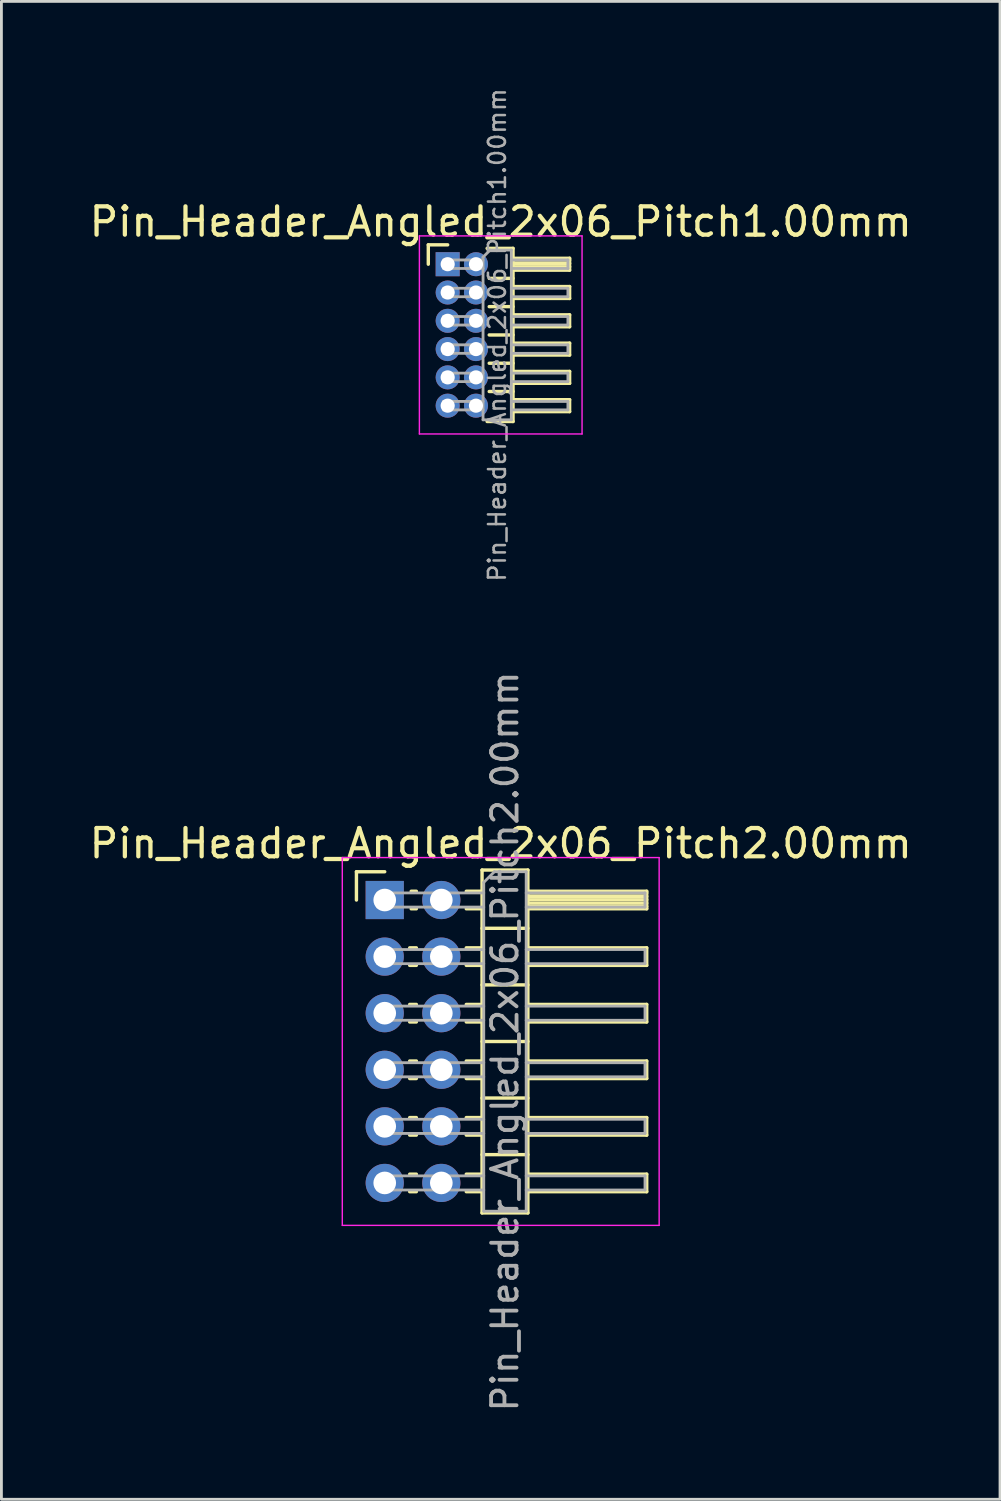
<source format=kicad_pcb>
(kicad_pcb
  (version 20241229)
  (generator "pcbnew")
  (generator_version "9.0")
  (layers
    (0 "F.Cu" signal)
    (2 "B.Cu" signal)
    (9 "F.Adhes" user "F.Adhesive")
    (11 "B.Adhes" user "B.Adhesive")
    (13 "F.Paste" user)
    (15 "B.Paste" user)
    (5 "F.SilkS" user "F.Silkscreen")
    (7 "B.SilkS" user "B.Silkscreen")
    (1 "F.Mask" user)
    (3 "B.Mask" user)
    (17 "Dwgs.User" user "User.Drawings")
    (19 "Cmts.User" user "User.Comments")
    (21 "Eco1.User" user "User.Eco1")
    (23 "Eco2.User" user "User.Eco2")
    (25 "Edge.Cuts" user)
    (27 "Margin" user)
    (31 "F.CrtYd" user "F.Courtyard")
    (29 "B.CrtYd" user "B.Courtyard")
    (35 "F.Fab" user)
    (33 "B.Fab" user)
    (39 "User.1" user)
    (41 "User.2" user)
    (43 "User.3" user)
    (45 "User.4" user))
  (footprint "Pin_Header_Angled_2x06_Pitch2.00mm"
    (layer "F.Cu")
    (at 10.549 28.763)
    (property "Reference" "Pin_Header_Angled_2x06_Pitch2.00mm" (at 4.1 -2 0) (layer "F.SilkS") (effects (font (size 1 1) (thickness 0.15))))
    (attr through_hole)
    (fp_line (start -1 -1) (end 0 -1) (stroke (width 0.12) (type solid)) (layer "F.SilkS"))
    (fp_line (start -1 0) (end -1 -1) (stroke (width 0.12) (type solid)) (layer "F.SilkS"))
    (fp_line (start 0.882 1.69) (end 1.118 1.69) (stroke (width 0.12) (type solid)) (layer "F.SilkS"))
    (fp_line (start 0.882 2.31) (end 1.118 2.31) (stroke (width 0.12) (type solid)) (layer "F.SilkS"))
    (fp_line (start 0.882 3.69) (end 1.118 3.69) (stroke (width 0.12) (type solid)) (layer "F.SilkS"))
    (fp_line (start 0.882 4.31) (end 1.118 4.31) (stroke (width 0.12) (type solid)) (layer "F.SilkS"))
    (fp_line (start 0.882 5.69) (end 1.118 5.69) (stroke (width 0.12) (type solid)) (layer "F.SilkS"))
    (fp_line (start 0.882 6.31) (end 1.118 6.31) (stroke (width 0.12) (type solid)) (layer "F.SilkS"))
    (fp_line (start 0.882 7.69) (end 1.118 7.69) (stroke (width 0.12) (type solid)) (layer "F.SilkS"))
    (fp_line (start 0.882 8.31) (end 1.118 8.31) (stroke (width 0.12) (type solid)) (layer "F.SilkS"))
    (fp_line (start 0.882 9.69) (end 1.118 9.69) (stroke (width 0.12) (type solid)) (layer "F.SilkS"))
    (fp_line (start 0.882 10.31) (end 1.118 10.31) (stroke (width 0.12) (type solid)) (layer "F.SilkS"))
    (fp_line (start 0.935 -0.31) (end 1.118 -0.31) (stroke (width 0.12) (type solid)) (layer "F.SilkS"))
    (fp_line (start 0.935 0.31) (end 1.118 0.31) (stroke (width 0.12) (type solid)) (layer "F.SilkS"))
    (fp_line (start 2.882 -0.31) (end 3.44 -0.31) (stroke (width 0.12) (type solid)) (layer "F.SilkS"))
    (fp_line (start 2.882 0.31) (end 3.44 0.31) (stroke (width 0.12) (type solid)) (layer "F.SilkS"))
    (fp_line (start 2.882 1.69) (end 3.44 1.69) (stroke (width 0.12) (type solid)) (layer "F.SilkS"))
    (fp_line (start 2.882 2.31) (end 3.44 2.31) (stroke (width 0.12) (type solid)) (layer "F.SilkS"))
    (fp_line (start 2.882 3.69) (end 3.44 3.69) (stroke (width 0.12) (type solid)) (layer "F.SilkS"))
    (fp_line (start 2.882 4.31) (end 3.44 4.31) (stroke (width 0.12) (type solid)) (layer "F.SilkS"))
    (fp_line (start 2.882 5.69) (end 3.44 5.69) (stroke (width 0.12) (type solid)) (layer "F.SilkS"))
    (fp_line (start 2.882 6.31) (end 3.44 6.31) (stroke (width 0.12) (type solid)) (layer "F.SilkS"))
    (fp_line (start 2.882 7.69) (end 3.44 7.69) (stroke (width 0.12) (type solid)) (layer "F.SilkS"))
    (fp_line (start 2.882 8.31) (end 3.44 8.31) (stroke (width 0.12) (type solid)) (layer "F.SilkS"))
    (fp_line (start 2.882 9.69) (end 3.44 9.69) (stroke (width 0.12) (type solid)) (layer "F.SilkS"))
    (fp_line (start 2.882 10.31) (end 3.44 10.31) (stroke (width 0.12) (type solid)) (layer "F.SilkS"))
    (fp_line (start 3.44 -1.06) (end 3.44 11.06) (stroke (width 0.12) (type solid)) (layer "F.SilkS"))
    (fp_line (start 3.44 1) (end 5.06 1) (stroke (width 0.12) (type solid)) (layer "F.SilkS"))
    (fp_line (start 3.44 3) (end 5.06 3) (stroke (width 0.12) (type solid)) (layer "F.SilkS"))
    (fp_line (start 3.44 5) (end 5.06 5) (stroke (width 0.12) (type solid)) (layer "F.SilkS"))
    (fp_line (start 3.44 7) (end 5.06 7) (stroke (width 0.12) (type solid)) (layer "F.SilkS"))
    (fp_line (start 3.44 9) (end 5.06 9) (stroke (width 0.12) (type solid)) (layer "F.SilkS"))
    (fp_line (start 3.44 11.06) (end 5.06 11.06) (stroke (width 0.12) (type solid)) (layer "F.SilkS"))
    (fp_line (start 5.06 -1.06) (end 3.44 -1.06) (stroke (width 0.12) (type solid)) (layer "F.SilkS"))
    (fp_line (start 5.06 -0.31) (end 9.26 -0.31) (stroke (width 0.12) (type solid)) (layer "F.SilkS"))
    (fp_line (start 5.06 -0.25) (end 9.26 -0.25) (stroke (width 0.12) (type solid)) (layer "F.SilkS"))
    (fp_line (start 5.06 -0.13) (end 9.26 -0.13) (stroke (width 0.12) (type solid)) (layer "F.SilkS"))
    (fp_line (start 5.06 -0.01) (end 9.26 -0.01) (stroke (width 0.12) (type solid)) (layer "F.SilkS"))
    (fp_line (start 5.06 0.11) (end 9.26 0.11) (stroke (width 0.12) (type solid)) (layer "F.SilkS"))
    (fp_line (start 5.06 0.23) (end 9.26 0.23) (stroke (width 0.12) (type solid)) (layer "F.SilkS"))
    (fp_line (start 5.06 1.69) (end 9.26 1.69) (stroke (width 0.12) (type solid)) (layer "F.SilkS"))
    (fp_line (start 5.06 3.69) (end 9.26 3.69) (stroke (width 0.12) (type solid)) (layer "F.SilkS"))
    (fp_line (start 5.06 5.69) (end 9.26 5.69) (stroke (width 0.12) (type solid)) (layer "F.SilkS"))
    (fp_line (start 5.06 7.69) (end 9.26 7.69) (stroke (width 0.12) (type solid)) (layer "F.SilkS"))
    (fp_line (start 5.06 9.69) (end 9.26 9.69) (stroke (width 0.12) (type solid)) (layer "F.SilkS"))
    (fp_line (start 5.06 11.06) (end 5.06 -1.06) (stroke (width 0.12) (type solid)) (layer "F.SilkS"))
    (fp_line (start 9.26 -0.31) (end 9.26 0.31) (stroke (width 0.12) (type solid)) (layer "F.SilkS"))
    (fp_line (start 9.26 0.31) (end 5.06 0.31) (stroke (width 0.12) (type solid)) (layer "F.SilkS"))
    (fp_line (start 9.26 1.69) (end 9.26 2.31) (stroke (width 0.12) (type solid)) (layer "F.SilkS"))
    (fp_line (start 9.26 2.31) (end 5.06 2.31) (stroke (width 0.12) (type solid)) (layer "F.SilkS"))
    (fp_line (start 9.26 3.69) (end 9.26 4.31) (stroke (width 0.12) (type solid)) (layer "F.SilkS"))
    (fp_line (start 9.26 4.31) (end 5.06 4.31) (stroke (width 0.12) (type solid)) (layer "F.SilkS"))
    (fp_line (start 9.26 5.69) (end 9.26 6.31) (stroke (width 0.12) (type solid)) (layer "F.SilkS"))
    (fp_line (start 9.26 6.31) (end 5.06 6.31) (stroke (width 0.12) (type solid)) (layer "F.SilkS"))
    (fp_line (start 9.26 7.69) (end 9.26 8.31) (stroke (width 0.12) (type solid)) (layer "F.SilkS"))
    (fp_line (start 9.26 8.31) (end 5.06 8.31) (stroke (width 0.12) (type solid)) (layer "F.SilkS"))
    (fp_line (start 9.26 9.69) (end 9.26 10.31) (stroke (width 0.12) (type solid)) (layer "F.SilkS"))
    (fp_line (start 9.26 10.31) (end 5.06 10.31) (stroke (width 0.12) (type solid)) (layer "F.SilkS"))
    (fp_line (start -1.5 -1.5) (end -1.5 11.5) (stroke (width 0.05) (type solid)) (layer "F.CrtYd"))
    (fp_line (start -1.5 11.5) (end 9.7 11.5) (stroke (width 0.05) (type solid)) (layer "F.CrtYd"))
    (fp_line (start 9.7 -1.5) (end -1.5 -1.5) (stroke (width 0.05) (type solid)) (layer "F.CrtYd"))
    (fp_line (start 9.7 11.5) (end 9.7 -1.5) (stroke (width 0.05) (type solid)) (layer "F.CrtYd"))
    (fp_line (start -0.25 -0.25) (end -0.25 0.25) (stroke (width 0.1) (type solid)) (layer "F.Fab"))
    (fp_line (start -0.25 -0.25) (end 3.5 -0.25) (stroke (width 0.1) (type solid)) (layer "F.Fab"))
    (fp_line (start -0.25 0.25) (end 3.5 0.25) (stroke (width 0.1) (type solid)) (layer "F.Fab"))
    (fp_line (start -0.25 1.75) (end -0.25 2.25) (stroke (width 0.1) (type solid)) (layer "F.Fab"))
    (fp_line (start -0.25 1.75) (end 3.5 1.75) (stroke (width 0.1) (type solid)) (layer "F.Fab"))
    (fp_line (start -0.25 2.25) (end 3.5 2.25) (stroke (width 0.1) (type solid)) (layer "F.Fab"))
    (fp_line (start -0.25 3.75) (end -0.25 4.25) (stroke (width 0.1) (type solid)) (layer "F.Fab"))
    (fp_line (start -0.25 3.75) (end 3.5 3.75) (stroke (width 0.1) (type solid)) (layer "F.Fab"))
    (fp_line (start -0.25 4.25) (end 3.5 4.25) (stroke (width 0.1) (type solid)) (layer "F.Fab"))
    (fp_line (start -0.25 5.75) (end -0.25 6.25) (stroke (width 0.1) (type solid)) (layer "F.Fab"))
    (fp_line (start -0.25 5.75) (end 3.5 5.75) (stroke (width 0.1) (type solid)) (layer "F.Fab"))
    (fp_line (start -0.25 6.25) (end 3.5 6.25) (stroke (width 0.1) (type solid)) (layer "F.Fab"))
    (fp_line (start -0.25 7.75) (end -0.25 8.25) (stroke (width 0.1) (type solid)) (layer "F.Fab"))
    (fp_line (start -0.25 7.75) (end 3.5 7.75) (stroke (width 0.1) (type solid)) (layer "F.Fab"))
    (fp_line (start -0.25 8.25) (end 3.5 8.25) (stroke (width 0.1) (type solid)) (layer "F.Fab"))
    (fp_line (start -0.25 9.75) (end -0.25 10.25) (stroke (width 0.1) (type solid)) (layer "F.Fab"))
    (fp_line (start -0.25 9.75) (end 3.5 9.75) (stroke (width 0.1) (type solid)) (layer "F.Fab"))
    (fp_line (start -0.25 10.25) (end 3.5 10.25) (stroke (width 0.1) (type solid)) (layer "F.Fab"))
    (fp_line (start 3.5 -0.625) (end 3.875 -1) (stroke (width 0.1) (type solid)) (layer "F.Fab"))
    (fp_line (start 3.5 11) (end 3.5 -0.625) (stroke (width 0.1) (type solid)) (layer "F.Fab"))
    (fp_line (start 3.875 -1) (end 5 -1) (stroke (width 0.1) (type solid)) (layer "F.Fab"))
    (fp_line (start 5 -1) (end 5 11) (stroke (width 0.1) (type solid)) (layer "F.Fab"))
    (fp_line (start 5 -0.25) (end 9.2 -0.25) (stroke (width 0.1) (type solid)) (layer "F.Fab"))
    (fp_line (start 5 0.25) (end 9.2 0.25) (stroke (width 0.1) (type solid)) (layer "F.Fab"))
    (fp_line (start 5 1.75) (end 9.2 1.75) (stroke (width 0.1) (type solid)) (layer "F.Fab"))
    (fp_line (start 5 2.25) (end 9.2 2.25) (stroke (width 0.1) (type solid)) (layer "F.Fab"))
    (fp_line (start 5 3.75) (end 9.2 3.75) (stroke (width 0.1) (type solid)) (layer "F.Fab"))
    (fp_line (start 5 4.25) (end 9.2 4.25) (stroke (width 0.1) (type solid)) (layer "F.Fab"))
    (fp_line (start 5 5.75) (end 9.2 5.75) (stroke (width 0.1) (type solid)) (layer "F.Fab"))
    (fp_line (start 5 6.25) (end 9.2 6.25) (stroke (width 0.1) (type solid)) (layer "F.Fab"))
    (fp_line (start 5 7.75) (end 9.2 7.75) (stroke (width 0.1) (type solid)) (layer "F.Fab"))
    (fp_line (start 5 8.25) (end 9.2 8.25) (stroke (width 0.1) (type solid)) (layer "F.Fab"))
    (fp_line (start 5 9.75) (end 9.2 9.75) (stroke (width 0.1) (type solid)) (layer "F.Fab"))
    (fp_line (start 5 10.25) (end 9.2 10.25) (stroke (width 0.1) (type solid)) (layer "F.Fab"))
    (fp_line (start 5 11) (end 3.5 11) (stroke (width 0.1) (type solid)) (layer "F.Fab"))
    (fp_line (start 9.2 -0.25) (end 9.2 0.25) (stroke (width 0.1) (type solid)) (layer "F.Fab"))
    (fp_line (start 9.2 1.75) (end 9.2 2.25) (stroke (width 0.1) (type solid)) (layer "F.Fab"))
    (fp_line (start 9.2 3.75) (end 9.2 4.25) (stroke (width 0.1) (type solid)) (layer "F.Fab"))
    (fp_line (start 9.2 5.75) (end 9.2 6.25) (stroke (width 0.1) (type solid)) (layer "F.Fab"))
    (fp_line (start 9.2 7.75) (end 9.2 8.25) (stroke (width 0.1) (type solid)) (layer "F.Fab"))
    (fp_line (start 9.2 9.75) (end 9.2 10.25) (stroke (width 0.1) (type solid)) (layer "F.Fab"))
    (fp_text user "${REFERENCE}" (at 4.25 5 90) (layer "F.Fab") (effects (font (size 0.9 0.9) (thickness 0.135))))
    (pad "1" thru_hole rect (at 0 0) (size 1.35 1.35) (drill 0.8) (layers "*.Cu" "*.Mask"))
    (pad "2" thru_hole oval (at 2 0) (size 1.35 1.35) (drill 0.8) (layers "*.Cu" "*.Mask"))
    (pad "3" thru_hole oval (at 0 2) (size 1.35 1.35) (drill 0.8) (layers "*.Cu" "*.Mask"))
    (pad "4" thru_hole oval (at 2 2) (size 1.35 1.35) (drill 0.8) (layers "*.Cu" "*.Mask"))
    (pad "5" thru_hole oval (at 0 4) (size 1.35 1.35) (drill 0.8) (layers "*.Cu" "*.Mask"))
    (pad "6" thru_hole oval (at 2 4) (size 1.35 1.35) (drill 0.8) (layers "*.Cu" "*.Mask"))
    (pad "7" thru_hole oval (at 0 6) (size 1.35 1.35) (drill 0.8) (layers "*.Cu" "*.Mask"))
    (pad "8" thru_hole oval (at 2 6) (size 1.35 1.35) (drill 0.8) (layers "*.Cu" "*.Mask"))
    (pad "9" thru_hole oval (at 0 8) (size 1.35 1.35) (drill 0.8) (layers "*.Cu" "*.Mask"))
    (pad "10" thru_hole oval (at 2 8) (size 1.35 1.35) (drill 0.8) (layers "*.Cu" "*.Mask"))
    (pad "11" thru_hole oval (at 0 10) (size 1.35 1.35) (drill 0.8) (layers "*.Cu" "*.Mask"))
    (pad "12" thru_hole oval (at 2 10) (size 1.35 1.35) (drill 0.8) (layers "*.Cu" "*.Mask")))
  (footprint "Pin_Header_Angled_2x06_Pitch1.00mm"
    (layer "F.Cu")
    (at 12.774 6.289)
    (property "Reference" "Pin_Header_Angled_2x06_Pitch1.00mm" (at 1.875 -1.5 0) (layer "F.SilkS") (effects (font (size 1 1) (thickness 0.15))))
    (attr through_hole)
    (fp_line (start -0.685 -0.685) (end 0 -0.685) (stroke (width 0.12) (type solid)) (layer "F.SilkS"))
    (fp_line (start -0.685 0) (end -0.685 -0.685) (stroke (width 0.12) (type solid)) (layer "F.SilkS"))
    (fp_line (start 1.394 -0.56) (end 2.31 -0.56) (stroke (width 0.12) (type solid)) (layer "F.SilkS"))
    (fp_line (start 1.468 0.5) (end 2.31 0.5) (stroke (width 0.12) (type solid)) (layer "F.SilkS"))
    (fp_line (start 1.468 1.5) (end 2.31 1.5) (stroke (width 0.12) (type solid)) (layer "F.SilkS"))
    (fp_line (start 1.468 2.5) (end 2.31 2.5) (stroke (width 0.12) (type solid)) (layer "F.SilkS"))
    (fp_line (start 1.468 3.5) (end 2.31 3.5) (stroke (width 0.12) (type solid)) (layer "F.SilkS"))
    (fp_line (start 1.468 4.5) (end 2.31 4.5) (stroke (width 0.12) (type solid)) (layer "F.SilkS"))
    (fp_line (start 2.31 -0.56) (end 2.31 5.56) (stroke (width 0.12) (type solid)) (layer "F.SilkS"))
    (fp_line (start 2.31 -0.21) (end 4.31 -0.21) (stroke (width 0.12) (type solid)) (layer "F.SilkS"))
    (fp_line (start 2.31 -0.15) (end 4.31 -0.15) (stroke (width 0.12) (type solid)) (layer "F.SilkS"))
    (fp_line (start 2.31 -0.03) (end 4.31 -0.03) (stroke (width 0.12) (type solid)) (layer "F.SilkS"))
    (fp_line (start 2.31 0.09) (end 4.31 0.09) (stroke (width 0.12) (type solid)) (layer "F.SilkS"))
    (fp_line (start 2.31 0.79) (end 4.31 0.79) (stroke (width 0.12) (type solid)) (layer "F.SilkS"))
    (fp_line (start 2.31 1.79) (end 4.31 1.79) (stroke (width 0.12) (type solid)) (layer "F.SilkS"))
    (fp_line (start 2.31 2.79) (end 4.31 2.79) (stroke (width 0.12) (type solid)) (layer "F.SilkS"))
    (fp_line (start 2.31 3.79) (end 4.31 3.79) (stroke (width 0.12) (type solid)) (layer "F.SilkS"))
    (fp_line (start 2.31 4.79) (end 4.31 4.79) (stroke (width 0.12) (type solid)) (layer "F.SilkS"))
    (fp_line (start 2.31 5.56) (end 1.394 5.56) (stroke (width 0.12) (type solid)) (layer "F.SilkS"))
    (fp_line (start 4.31 -0.21) (end 4.31 0.21) (stroke (width 0.12) (type solid)) (layer "F.SilkS"))
    (fp_line (start 4.31 0.21) (end 2.31 0.21) (stroke (width 0.12) (type solid)) (layer "F.SilkS"))
    (fp_line (start 4.31 0.79) (end 4.31 1.21) (stroke (width 0.12) (type solid)) (layer "F.SilkS"))
    (fp_line (start 4.31 1.21) (end 2.31 1.21) (stroke (width 0.12) (type solid)) (layer "F.SilkS"))
    (fp_line (start 4.31 1.79) (end 4.31 2.21) (stroke (width 0.12) (type solid)) (layer "F.SilkS"))
    (fp_line (start 4.31 2.21) (end 2.31 2.21) (stroke (width 0.12) (type solid)) (layer "F.SilkS"))
    (fp_line (start 4.31 2.79) (end 4.31 3.21) (stroke (width 0.12) (type solid)) (layer "F.SilkS"))
    (fp_line (start 4.31 3.21) (end 2.31 3.21) (stroke (width 0.12) (type solid)) (layer "F.SilkS"))
    (fp_line (start 4.31 3.79) (end 4.31 4.21) (stroke (width 0.12) (type solid)) (layer "F.SilkS"))
    (fp_line (start 4.31 4.21) (end 2.31 4.21) (stroke (width 0.12) (type solid)) (layer "F.SilkS"))
    (fp_line (start 4.31 4.79) (end 4.31 5.21) (stroke (width 0.12) (type solid)) (layer "F.SilkS"))
    (fp_line (start 4.31 5.21) (end 2.31 5.21) (stroke (width 0.12) (type solid)) (layer "F.SilkS"))
    (fp_line (start -1 -1) (end -1 6) (stroke (width 0.05) (type solid)) (layer "F.CrtYd"))
    (fp_line (start -1 6) (end 4.75 6) (stroke (width 0.05) (type solid)) (layer "F.CrtYd"))
    (fp_line (start 4.75 -1) (end -1 -1) (stroke (width 0.05) (type solid)) (layer "F.CrtYd"))
    (fp_line (start 4.75 6) (end 4.75 -1) (stroke (width 0.05) (type solid)) (layer "F.CrtYd"))
    (fp_line (start -0.15 -0.15) (end -0.15 0.15) (stroke (width 0.1) (type solid)) (layer "F.Fab"))
    (fp_line (start -0.15 -0.15) (end 1.25 -0.15) (stroke (width 0.1) (type solid)) (layer "F.Fab"))
    (fp_line (start -0.15 0.15) (end 1.25 0.15) (stroke (width 0.1) (type solid)) (layer "F.Fab"))
    (fp_line (start -0.15 0.85) (end -0.15 1.15) (stroke (width 0.1) (type solid)) (layer "F.Fab"))
    (fp_line (start -0.15 0.85) (end 1.25 0.85) (stroke (width 0.1) (type solid)) (layer "F.Fab"))
    (fp_line (start -0.15 1.15) (end 1.25 1.15) (stroke (width 0.1) (type solid)) (layer "F.Fab"))
    (fp_line (start -0.15 1.85) (end -0.15 2.15) (stroke (width 0.1) (type solid)) (layer "F.Fab"))
    (fp_line (start -0.15 1.85) (end 1.25 1.85) (stroke (width 0.1) (type solid)) (layer "F.Fab"))
    (fp_line (start -0.15 2.15) (end 1.25 2.15) (stroke (width 0.1) (type solid)) (layer "F.Fab"))
    (fp_line (start -0.15 2.85) (end -0.15 3.15) (stroke (width 0.1) (type solid)) (layer "F.Fab"))
    (fp_line (start -0.15 2.85) (end 1.25 2.85) (stroke (width 0.1) (type solid)) (layer "F.Fab"))
    (fp_line (start -0.15 3.15) (end 1.25 3.15) (stroke (width 0.1) (type solid)) (layer "F.Fab"))
    (fp_line (start -0.15 3.85) (end -0.15 4.15) (stroke (width 0.1) (type solid)) (layer "F.Fab"))
    (fp_line (start -0.15 3.85) (end 1.25 3.85) (stroke (width 0.1) (type solid)) (layer "F.Fab"))
    (fp_line (start -0.15 4.15) (end 1.25 4.15) (stroke (width 0.1) (type solid)) (layer "F.Fab"))
    (fp_line (start -0.15 4.85) (end -0.15 5.15) (stroke (width 0.1) (type solid)) (layer "F.Fab"))
    (fp_line (start -0.15 4.85) (end 1.25 4.85) (stroke (width 0.1) (type solid)) (layer "F.Fab"))
    (fp_line (start -0.15 5.15) (end 1.25 5.15) (stroke (width 0.1) (type solid)) (layer "F.Fab"))
    (fp_line (start 1.25 -0.25) (end 1.5 -0.5) (stroke (width 0.1) (type solid)) (layer "F.Fab"))
    (fp_line (start 1.25 5.5) (end 1.25 -0.25) (stroke (width 0.1) (type solid)) (layer "F.Fab"))
    (fp_line (start 1.5 -0.5) (end 2.25 -0.5) (stroke (width 0.1) (type solid)) (layer "F.Fab"))
    (fp_line (start 2.25 -0.5) (end 2.25 5.5) (stroke (width 0.1) (type solid)) (layer "F.Fab"))
    (fp_line (start 2.25 -0.15) (end 4.25 -0.15) (stroke (width 0.1) (type solid)) (layer "F.Fab"))
    (fp_line (start 2.25 0.15) (end 4.25 0.15) (stroke (width 0.1) (type solid)) (layer "F.Fab"))
    (fp_line (start 2.25 0.85) (end 4.25 0.85) (stroke (width 0.1) (type solid)) (layer "F.Fab"))
    (fp_line (start 2.25 1.15) (end 4.25 1.15) (stroke (width 0.1) (type solid)) (layer "F.Fab"))
    (fp_line (start 2.25 1.85) (end 4.25 1.85) (stroke (width 0.1) (type solid)) (layer "F.Fab"))
    (fp_line (start 2.25 2.15) (end 4.25 2.15) (stroke (width 0.1) (type solid)) (layer "F.Fab"))
    (fp_line (start 2.25 2.85) (end 4.25 2.85) (stroke (width 0.1) (type solid)) (layer "F.Fab"))
    (fp_line (start 2.25 3.15) (end 4.25 3.15) (stroke (width 0.1) (type solid)) (layer "F.Fab"))
    (fp_line (start 2.25 3.85) (end 4.25 3.85) (stroke (width 0.1) (type solid)) (layer "F.Fab"))
    (fp_line (start 2.25 4.15) (end 4.25 4.15) (stroke (width 0.1) (type solid)) (layer "F.Fab"))
    (fp_line (start 2.25 4.85) (end 4.25 4.85) (stroke (width 0.1) (type solid)) (layer "F.Fab"))
    (fp_line (start 2.25 5.15) (end 4.25 5.15) (stroke (width 0.1) (type solid)) (layer "F.Fab"))
    (fp_line (start 2.25 5.5) (end 1.25 5.5) (stroke (width 0.1) (type solid)) (layer "F.Fab"))
    (fp_line (start 4.25 -0.15) (end 4.25 0.15) (stroke (width 0.1) (type solid)) (layer "F.Fab"))
    (fp_line (start 4.25 0.85) (end 4.25 1.15) (stroke (width 0.1) (type solid)) (layer "F.Fab"))
    (fp_line (start 4.25 1.85) (end 4.25 2.15) (stroke (width 0.1) (type solid)) (layer "F.Fab"))
    (fp_line (start 4.25 2.85) (end 4.25 3.15) (stroke (width 0.1) (type solid)) (layer "F.Fab"))
    (fp_line (start 4.25 3.85) (end 4.25 4.15) (stroke (width 0.1) (type solid)) (layer "F.Fab"))
    (fp_line (start 4.25 4.85) (end 4.25 5.15) (stroke (width 0.1) (type solid)) (layer "F.Fab"))
    (fp_text user "${REFERENCE}" (at 1.75 2.5 90) (layer "F.Fab") (effects (font (size 0.6 0.6) (thickness 0.09))))
    (pad "1" thru_hole rect (at 0 0) (size 0.85 0.85) (drill 0.5) (layers "*.Cu" "*.Mask"))
    (pad "2" thru_hole oval (at 1 0) (size 0.85 0.85) (drill 0.5) (layers "*.Cu" "*.Mask"))
    (pad "3" thru_hole oval (at 0 1) (size 0.85 0.85) (drill 0.5) (layers "*.Cu" "*.Mask"))
    (pad "4" thru_hole oval (at 1 1) (size 0.85 0.85) (drill 0.5) (layers "*.Cu" "*.Mask"))
    (pad "5" thru_hole oval (at 0 2) (size 0.85 0.85) (drill 0.5) (layers "*.Cu" "*.Mask"))
    (pad "6" thru_hole oval (at 1 2) (size 0.85 0.85) (drill 0.5) (layers "*.Cu" "*.Mask"))
    (pad "7" thru_hole oval (at 0 3) (size 0.85 0.85) (drill 0.5) (layers "*.Cu" "*.Mask"))
    (pad "8" thru_hole oval (at 1 3) (size 0.85 0.85) (drill 0.5) (layers "*.Cu" "*.Mask"))
    (pad "9" thru_hole oval (at 0 4) (size 0.85 0.85) (drill 0.5) (layers "*.Cu" "*.Mask"))
    (pad "10" thru_hole oval (at 1 4) (size 0.85 0.85) (drill 0.5) (layers "*.Cu" "*.Mask"))
    (pad "11" thru_hole oval (at 0 5) (size 0.85 0.85) (drill 0.5) (layers "*.Cu" "*.Mask"))
    (pad "12" thru_hole oval (at 1 5) (size 0.85 0.85) (drill 0.5) (layers "*.Cu" "*.Mask")))
  (gr_rect
    (start -3 -3)
    (end 32.298 49.946)
    (stroke (width 0.1) (type default))
    (fill no)
    (layer "Edge.Cuts")))
</source>
